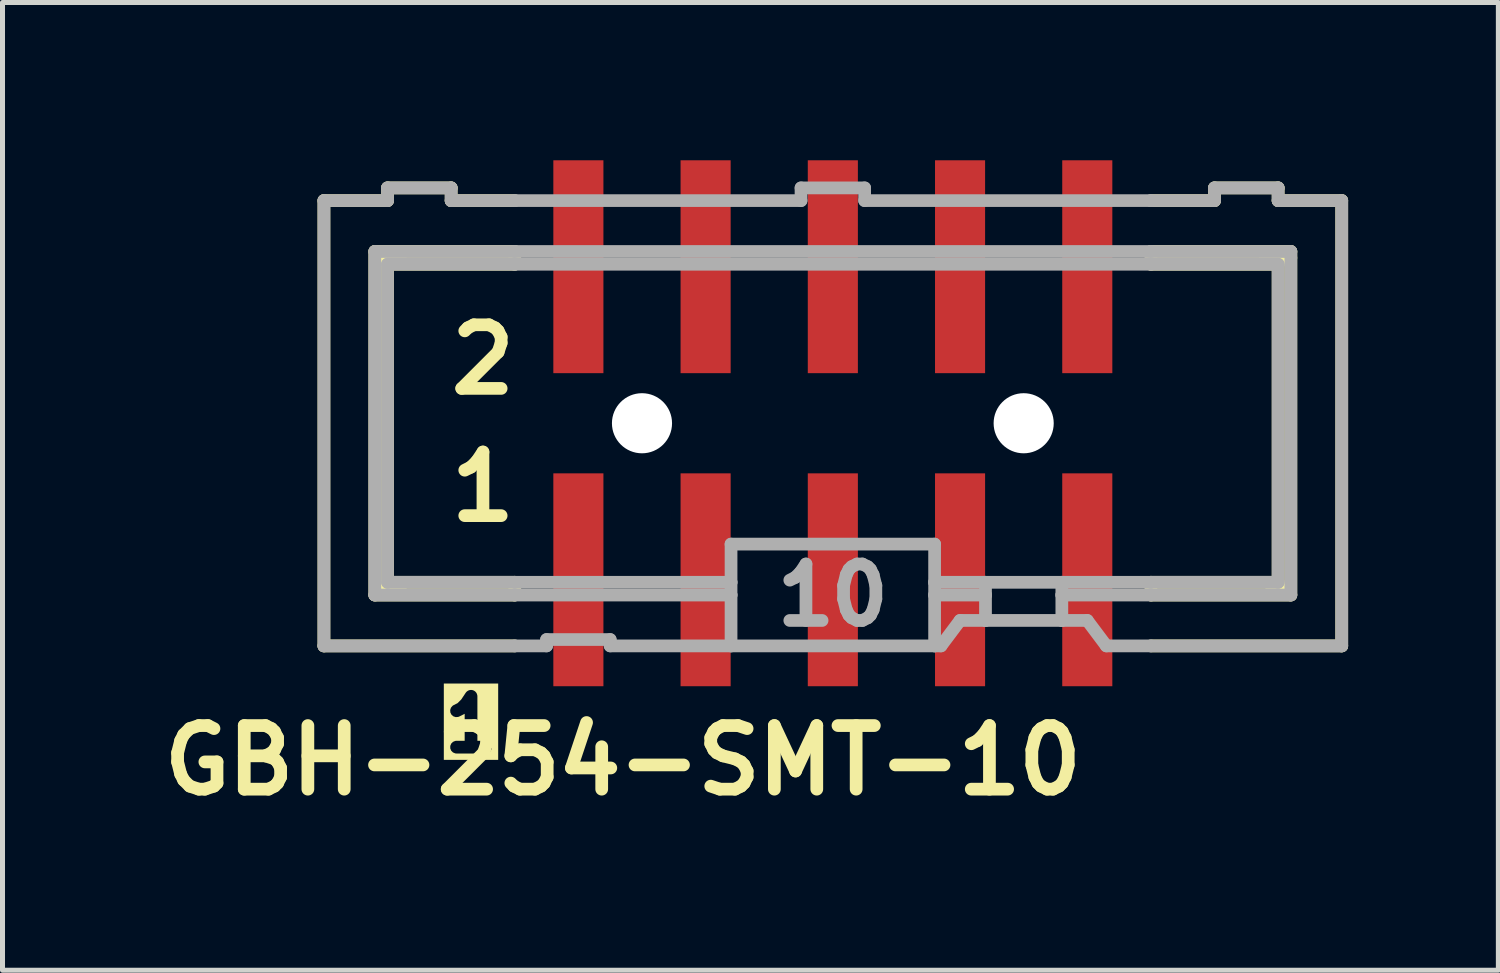
<source format=kicad_pcb>
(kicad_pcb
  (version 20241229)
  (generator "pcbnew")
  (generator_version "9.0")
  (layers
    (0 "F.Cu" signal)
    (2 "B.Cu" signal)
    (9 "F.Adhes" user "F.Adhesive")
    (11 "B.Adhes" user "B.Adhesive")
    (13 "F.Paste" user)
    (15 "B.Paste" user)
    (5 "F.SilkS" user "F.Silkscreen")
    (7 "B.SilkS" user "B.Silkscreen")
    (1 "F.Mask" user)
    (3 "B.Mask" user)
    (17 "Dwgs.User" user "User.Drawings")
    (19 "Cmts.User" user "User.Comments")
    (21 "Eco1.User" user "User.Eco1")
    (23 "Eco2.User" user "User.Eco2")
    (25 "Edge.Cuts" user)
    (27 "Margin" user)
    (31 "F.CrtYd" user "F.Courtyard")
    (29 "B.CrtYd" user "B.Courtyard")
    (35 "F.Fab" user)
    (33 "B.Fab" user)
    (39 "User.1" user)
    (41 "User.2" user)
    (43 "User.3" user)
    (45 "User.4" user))
  (footprint "GBH-254-SMT-10"
    (layer "F.Cu")
    (at 13.577 5.4)
    (property "Reference" "GBH-254-SMT-10" (at -4.191 6.731 0) (layer "F.SilkS") (effects (font (size 1.27 1.27) (thickness 0.254))))
    (attr smd)
    (fp_line (start -10.16 -4.445) (end -10.16 4.445) (stroke (width 0.254) (type solid)) (layer "F.SilkS"))
    (fp_line (start -10.16 -4.445) (end -8.89 -4.445) (stroke (width 0.254) (type solid)) (layer "F.SilkS"))
    (fp_line (start -9.144 -3.429) (end -9.144 3.429) (stroke (width 0.254) (type solid)) (layer "F.SilkS"))
    (fp_line (start -9.144 3.429) (end -6.35 3.429) (stroke (width 0.254) (type solid)) (layer "F.SilkS"))
    (fp_line (start -8.89 -4.699) (end -8.89 -4.445) (stroke (width 0.254) (type solid)) (layer "F.SilkS"))
    (fp_line (start -8.89 -3.175) (end -8.89 3.175) (stroke (width 0.254) (type solid)) (layer "F.SilkS"))
    (fp_line (start -8.89 -3.175) (end -6.35 -3.175) (stroke (width 0.254) (type solid)) (layer "F.SilkS"))
    (fp_line (start -8.636 -3.302) (end -9.017 -3.302) (stroke (width 0.254) (type solid)) (layer "F.SilkS"))
    (fp_line (start -8.636 3.302) (end -9.017 3.302) (stroke (width 0.254) (type solid)) (layer "F.SilkS"))
    (fp_line (start -7.62 -4.699) (end -8.89 -4.699) (stroke (width 0.254) (type solid)) (layer "F.SilkS"))
    (fp_line (start -7.62 -4.699) (end -7.62 -4.445) (stroke (width 0.254) (type solid)) (layer "F.SilkS"))
    (fp_line (start -7.62 -4.445) (end -6.35 -4.445) (stroke (width 0.254) (type solid)) (layer "F.SilkS"))
    (fp_line (start -6.35 -3.429) (end -9.144 -3.429) (stroke (width 0.254) (type solid)) (layer "F.SilkS"))
    (fp_line (start -6.35 -3.175) (end -6.35 -3.429) (stroke (width 0.254) (type solid)) (layer "F.SilkS"))
    (fp_line (start -6.35 3.175) (end -8.89 3.175) (stroke (width 0.254) (type solid)) (layer "F.SilkS"))
    (fp_line (start -6.35 3.429) (end -6.35 3.175) (stroke (width 0.254) (type solid)) (layer "F.SilkS"))
    (fp_line (start -6.35 4.445) (end -10.16 4.445) (stroke (width 0.254) (type solid)) (layer "F.SilkS"))
    (fp_line (start 6.35 -4.445) (end 7.62 -4.445) (stroke (width 0.254) (type solid)) (layer "F.SilkS"))
    (fp_line (start 6.35 -3.175) (end 6.35 -3.429) (stroke (width 0.254) (type solid)) (layer "F.SilkS"))
    (fp_line (start 6.35 -3.175) (end 8.89 -3.175) (stroke (width 0.254) (type solid)) (layer "F.SilkS"))
    (fp_line (start 6.35 3.429) (end 6.35 3.175) (stroke (width 0.254) (type solid)) (layer "F.SilkS"))
    (fp_line (start 6.35 3.429) (end 9.144 3.429) (stroke (width 0.254) (type solid)) (layer "F.SilkS"))
    (fp_line (start 7.62 -4.445) (end 7.62 -4.699) (stroke (width 0.254) (type solid)) (layer "F.SilkS"))
    (fp_line (start 8.636 -3.302) (end 9.144 -3.302) (stroke (width 0.254) (type solid)) (layer "F.SilkS"))
    (fp_line (start 8.763 3.302) (end 9.017 3.302) (stroke (width 0.254) (type solid)) (layer "F.SilkS"))
    (fp_line (start 8.89 -4.699) (end 7.62 -4.699) (stroke (width 0.254) (type solid)) (layer "F.SilkS"))
    (fp_line (start 8.89 -4.445) (end 8.89 -4.699) (stroke (width 0.254) (type solid)) (layer "F.SilkS"))
    (fp_line (start 8.89 -4.445) (end 10.16 -4.445) (stroke (width 0.254) (type solid)) (layer "F.SilkS"))
    (fp_line (start 8.89 3.175) (end 6.35 3.175) (stroke (width 0.254) (type solid)) (layer "F.SilkS"))
    (fp_line (start 8.89 3.175) (end 8.89 -3.175) (stroke (width 0.254) (type solid)) (layer "F.SilkS"))
    (fp_line (start 9.144 -3.429) (end 6.35 -3.429) (stroke (width 0.254) (type solid)) (layer "F.SilkS"))
    (fp_line (start 9.144 3.429) (end 9.144 -3.429) (stroke (width 0.254) (type solid)) (layer "F.SilkS"))
    (fp_line (start 10.16 4.445) (end 6.35 4.445) (stroke (width 0.254) (type solid)) (layer "F.SilkS"))
    (fp_line (start 10.16 4.445) (end 10.16 -4.445) (stroke (width 0.254) (type solid)) (layer "F.SilkS"))
    (fp_line (start -10.16 -4.445) (end -10.16 4.445) (stroke (width 0.254) (type solid)) (layer "F.Fab"))
    (fp_line (start -10.16 -4.445) (end -8.89 -4.445) (stroke (width 0.254) (type solid)) (layer "F.Fab"))
    (fp_line (start -9.144 -3.429) (end -9.144 3.429) (stroke (width 0.254) (type solid)) (layer "F.Fab"))
    (fp_line (start -9.144 3.429) (end -6.35 3.429) (stroke (width 0.254) (type solid)) (layer "F.Fab"))
    (fp_line (start -8.89 -4.699) (end -8.89 -4.445) (stroke (width 0.254) (type solid)) (layer "F.Fab"))
    (fp_line (start -8.89 -3.175) (end -8.89 3.175) (stroke (width 0.254) (type solid)) (layer "F.Fab"))
    (fp_line (start -8.89 -3.175) (end -6.35 -3.175) (stroke (width 0.254) (type solid)) (layer "F.Fab"))
    (fp_line (start -7.62 -4.699) (end -8.89 -4.699) (stroke (width 0.254) (type solid)) (layer "F.Fab"))
    (fp_line (start -7.62 -4.699) (end -7.62 -4.445) (stroke (width 0.254) (type solid)) (layer "F.Fab"))
    (fp_line (start -7.62 -4.445) (end -6.35 -4.445) (stroke (width 0.254) (type solid)) (layer "F.Fab"))
    (fp_line (start -6.35 -4.445) (end -0.635 -4.445) (stroke (width 0.254) (type solid)) (layer "F.Fab"))
    (fp_line (start -6.35 -3.429) (end -9.144 -3.429) (stroke (width 0.254) (type solid)) (layer "F.Fab"))
    (fp_line (start -6.35 -3.175) (end 6.35 -3.175) (stroke (width 0.254) (type solid)) (layer "F.Fab"))
    (fp_line (start -6.35 3.175) (end -8.89 3.175) (stroke (width 0.254) (type solid)) (layer "F.Fab"))
    (fp_line (start -6.35 3.429) (end -2.032 3.429) (stroke (width 0.254) (type solid)) (layer "F.Fab"))
    (fp_line (start -6.35 4.445) (end -10.16 4.445) (stroke (width 0.254) (type solid)) (layer "F.Fab"))
    (fp_line (start -5.715 4.445) (end -6.35 4.445) (stroke (width 0.254) (type solid)) (layer "F.Fab"))
    (fp_line (start -5.715 4.445) (end -5.715 4.318) (stroke (width 0.254) (type solid)) (layer "F.Fab"))
    (fp_line (start -4.445 4.318) (end -5.715 4.318) (stroke (width 0.254) (type solid)) (layer "F.Fab"))
    (fp_line (start -4.445 4.318) (end -4.445 4.445) (stroke (width 0.254) (type solid)) (layer "F.Fab"))
    (fp_line (start -2.032 3.175) (end -6.35 3.175) (stroke (width 0.254) (type solid)) (layer "F.Fab"))
    (fp_line (start -2.032 3.175) (end -2.032 2.413) (stroke (width 0.254) (type solid)) (layer "F.Fab"))
    (fp_line (start -2.032 3.175) (end -2.032 3.429) (stroke (width 0.254) (type solid)) (layer "F.Fab"))
    (fp_line (start -2.032 3.429) (end -2.032 4.445) (stroke (width 0.254) (type solid)) (layer "F.Fab"))
    (fp_line (start -2.032 4.445) (end -4.445 4.445) (stroke (width 0.254) (type solid)) (layer "F.Fab"))
    (fp_line (start -0.635 -4.699) (end -0.635 -4.445) (stroke (width 0.254) (type solid)) (layer "F.Fab"))
    (fp_line (start 0.635 -4.699) (end -0.635 -4.699) (stroke (width 0.254) (type solid)) (layer "F.Fab"))
    (fp_line (start 0.635 -4.699) (end 0.635 -4.445) (stroke (width 0.254) (type solid)) (layer "F.Fab"))
    (fp_line (start 0.635 -4.445) (end 6.35 -4.445) (stroke (width 0.254) (type solid)) (layer "F.Fab"))
    (fp_line (start 2.032 2.413) (end -2.032 2.413) (stroke (width 0.254) (type solid)) (layer "F.Fab"))
    (fp_line (start 2.032 2.413) (end 2.032 3.175) (stroke (width 0.254) (type solid)) (layer "F.Fab"))
    (fp_line (start 2.032 3.175) (end 2.032 3.429) (stroke (width 0.254) (type solid)) (layer "F.Fab"))
    (fp_line (start 2.032 3.429) (end 2.032 4.445) (stroke (width 0.254) (type solid)) (layer "F.Fab"))
    (fp_line (start 2.032 4.445) (end -2.032 4.445) (stroke (width 0.254) (type solid)) (layer "F.Fab"))
    (fp_line (start 2.159 4.445) (end 2.032 4.445) (stroke (width 0.254) (type solid)) (layer "F.Fab"))
    (fp_line (start 2.159 4.445) (end 2.54 3.937) (stroke (width 0.254) (type solid)) (layer "F.Fab"))
    (fp_line (start 3.048 3.175) (end 2.032 3.175) (stroke (width 0.254) (type solid)) (layer "F.Fab"))
    (fp_line (start 3.048 3.175) (end 3.048 3.429) (stroke (width 0.254) (type solid)) (layer "F.Fab"))
    (fp_line (start 3.048 3.429) (end 2.032 3.429) (stroke (width 0.254) (type solid)) (layer "F.Fab"))
    (fp_line (start 3.048 3.429) (end 3.048 3.937) (stroke (width 0.254) (type solid)) (layer "F.Fab"))
    (fp_line (start 3.048 3.937) (end 2.54 3.937) (stroke (width 0.254) (type solid)) (layer "F.Fab"))
    (fp_line (start 4.572 3.175) (end 3.048 3.175) (stroke (width 0.254) (type solid)) (layer "F.Fab"))
    (fp_line (start 4.572 3.175) (end 4.572 3.429) (stroke (width 0.254) (type solid)) (layer "F.Fab"))
    (fp_line (start 4.572 3.429) (end 4.572 3.937) (stroke (width 0.254) (type solid)) (layer "F.Fab"))
    (fp_line (start 4.572 3.429) (end 6.35 3.429) (stroke (width 0.254) (type solid)) (layer "F.Fab"))
    (fp_line (start 4.572 3.937) (end 3.048 3.937) (stroke (width 0.254) (type solid)) (layer "F.Fab"))
    (fp_line (start 5.08 3.937) (end 4.572 3.937) (stroke (width 0.254) (type solid)) (layer "F.Fab"))
    (fp_line (start 5.08 3.937) (end 5.461 4.445) (stroke (width 0.254) (type solid)) (layer "F.Fab"))
    (fp_line (start 6.35 -4.445) (end 7.62 -4.445) (stroke (width 0.254) (type solid)) (layer "F.Fab"))
    (fp_line (start 6.35 -3.429) (end -6.35 -3.429) (stroke (width 0.254) (type solid)) (layer "F.Fab"))
    (fp_line (start 6.35 -3.175) (end 8.89 -3.175) (stroke (width 0.254) (type solid)) (layer "F.Fab"))
    (fp_line (start 6.35 3.175) (end 4.572 3.175) (stroke (width 0.254) (type solid)) (layer "F.Fab"))
    (fp_line (start 6.35 3.429) (end 9.144 3.429) (stroke (width 0.254) (type solid)) (layer "F.Fab"))
    (fp_line (start 6.35 4.445) (end 5.461 4.445) (stroke (width 0.254) (type solid)) (layer "F.Fab"))
    (fp_line (start 7.62 -4.445) (end 7.62 -4.699) (stroke (width 0.254) (type solid)) (layer "F.Fab"))
    (fp_line (start 8.89 -4.699) (end 7.62 -4.699) (stroke (width 0.254) (type solid)) (layer "F.Fab"))
    (fp_line (start 8.89 -4.445) (end 8.89 -4.699) (stroke (width 0.254) (type solid)) (layer "F.Fab"))
    (fp_line (start 8.89 -4.445) (end 10.16 -4.445) (stroke (width 0.254) (type solid)) (layer "F.Fab"))
    (fp_line (start 8.89 3.175) (end 6.35 3.175) (stroke (width 0.254) (type solid)) (layer "F.Fab"))
    (fp_line (start 8.89 3.175) (end 8.89 -3.175) (stroke (width 0.254) (type solid)) (layer "F.Fab"))
    (fp_line (start 9.144 -3.429) (end 6.35 -3.429) (stroke (width 0.254) (type solid)) (layer "F.Fab"))
    (fp_line (start 9.144 3.429) (end 9.144 -3.429) (stroke (width 0.254) (type solid)) (layer "F.Fab"))
    (fp_line (start 10.16 4.445) (end 6.35 4.445) (stroke (width 0.254) (type solid)) (layer "F.Fab"))
    (fp_line (start 10.16 4.445) (end 10.16 -4.445) (stroke (width 0.254) (type solid)) (layer "F.Fab"))
    (fp_text user "2" (at -6.985 -1.27 0) (layer "F.SilkS") (effects (font (size 1.27 1.27) (thickness 0.254))))
    (fp_text user "1" (at -7.874 6.604 0) (unlocked yes) (layer "F.SilkS" knockout) (effects (font (size 1.016 1.016) (thickness 0.254) (bold yes)) (justify left bottom)))
    (fp_text user "1" (at -6.985 1.27 0) (layer "F.SilkS") (effects (font (size 1.27 1.27) (thickness 0.254))))
    (fp_text user "10" (at 0 3.429 0) (layer "F.Fab") (effects (font (size 1.127 1.127) (thickness 0.254))))
    (pad "" smd trapezoid (at -5.08 -3.125) (size 1.7 4.55) (layers "F.Paste"))
    (pad "" smd trapezoid (at -5.08 3.125) (size 1.7 4.55) (layers "F.Paste"))
    (pad "" np_thru_hole circle (at -3.81 0) (size 1.2 1.2) (drill 1.2) (layers "*.Cu" "*.Mask"))
    (pad "" smd trapezoid (at -2.54 -3.125) (size 1.7 4.55) (layers "F.Paste"))
    (pad "" smd trapezoid (at -2.54 3.125) (size 1.7 4.55) (layers "F.Paste"))
    (pad "" smd trapezoid (at 0 -3.125) (size 1.7 4.55) (layers "F.Paste"))
    (pad "" smd trapezoid (at 0 3.125) (size 1.7 4.55) (layers "F.Paste"))
    (pad "" smd trapezoid (at 2.54 -3.125) (size 1.7 4.55) (layers "F.Paste"))
    (pad "" smd trapezoid (at 2.54 3.125) (size 1.7 4.55) (layers "F.Paste"))
    (pad "" np_thru_hole circle (at 3.81 0) (size 1.2 1.2) (drill 1.2) (layers "*.Cu" "*.Mask"))
    (pad "" smd trapezoid (at 5.08 -3.125) (size 1.7 4.55) (layers "F.Paste"))
    (pad "" smd trapezoid (at 5.08 3.125) (size 1.7 4.55) (layers "F.Paste"))
    (pad "1" smd rect (at -5.08 3.125 90) (size 4.25 1) (layers "F.Cu" "F.Mask"))
    (pad "2" smd rect (at -5.08 -3.125 90) (size 4.25 1) (layers "F.Cu" "F.Mask"))
    (pad "3" smd rect (at -2.54 3.125 90) (size 4.25 1) (layers "F.Cu" "F.Mask"))
    (pad "4" smd rect (at -2.54 -3.125 90) (size 4.25 1) (layers "F.Cu" "F.Mask"))
    (pad "5" smd rect (at 0 3.125 90) (size 4.25 1) (layers "F.Cu" "F.Mask"))
    (pad "6" smd rect (at 0 -3.125 90) (size 4.25 1) (layers "F.Cu" "F.Mask"))
    (pad "7" smd rect (at 2.54 3.125 90) (size 4.25 1) (layers "F.Cu" "F.Mask"))
    (pad "8" smd rect (at 2.54 -3.125 90) (size 4.25 1) (layers "F.Cu" "F.Mask"))
    (pad "9" smd rect (at 5.08 3.125 90) (size 4.25 1) (layers "F.Cu" "F.Mask"))
    (pad "10" smd rect (at 5.08 -3.125 90) (size 4.25 1) (layers "F.Cu" "F.Mask")))
  (gr_rect
    (start -3 -3)
    (end 26.864 16.32)
    (stroke (width 0.1) (type default))
    (fill no)
    (layer "Edge.Cuts")))
</source>
